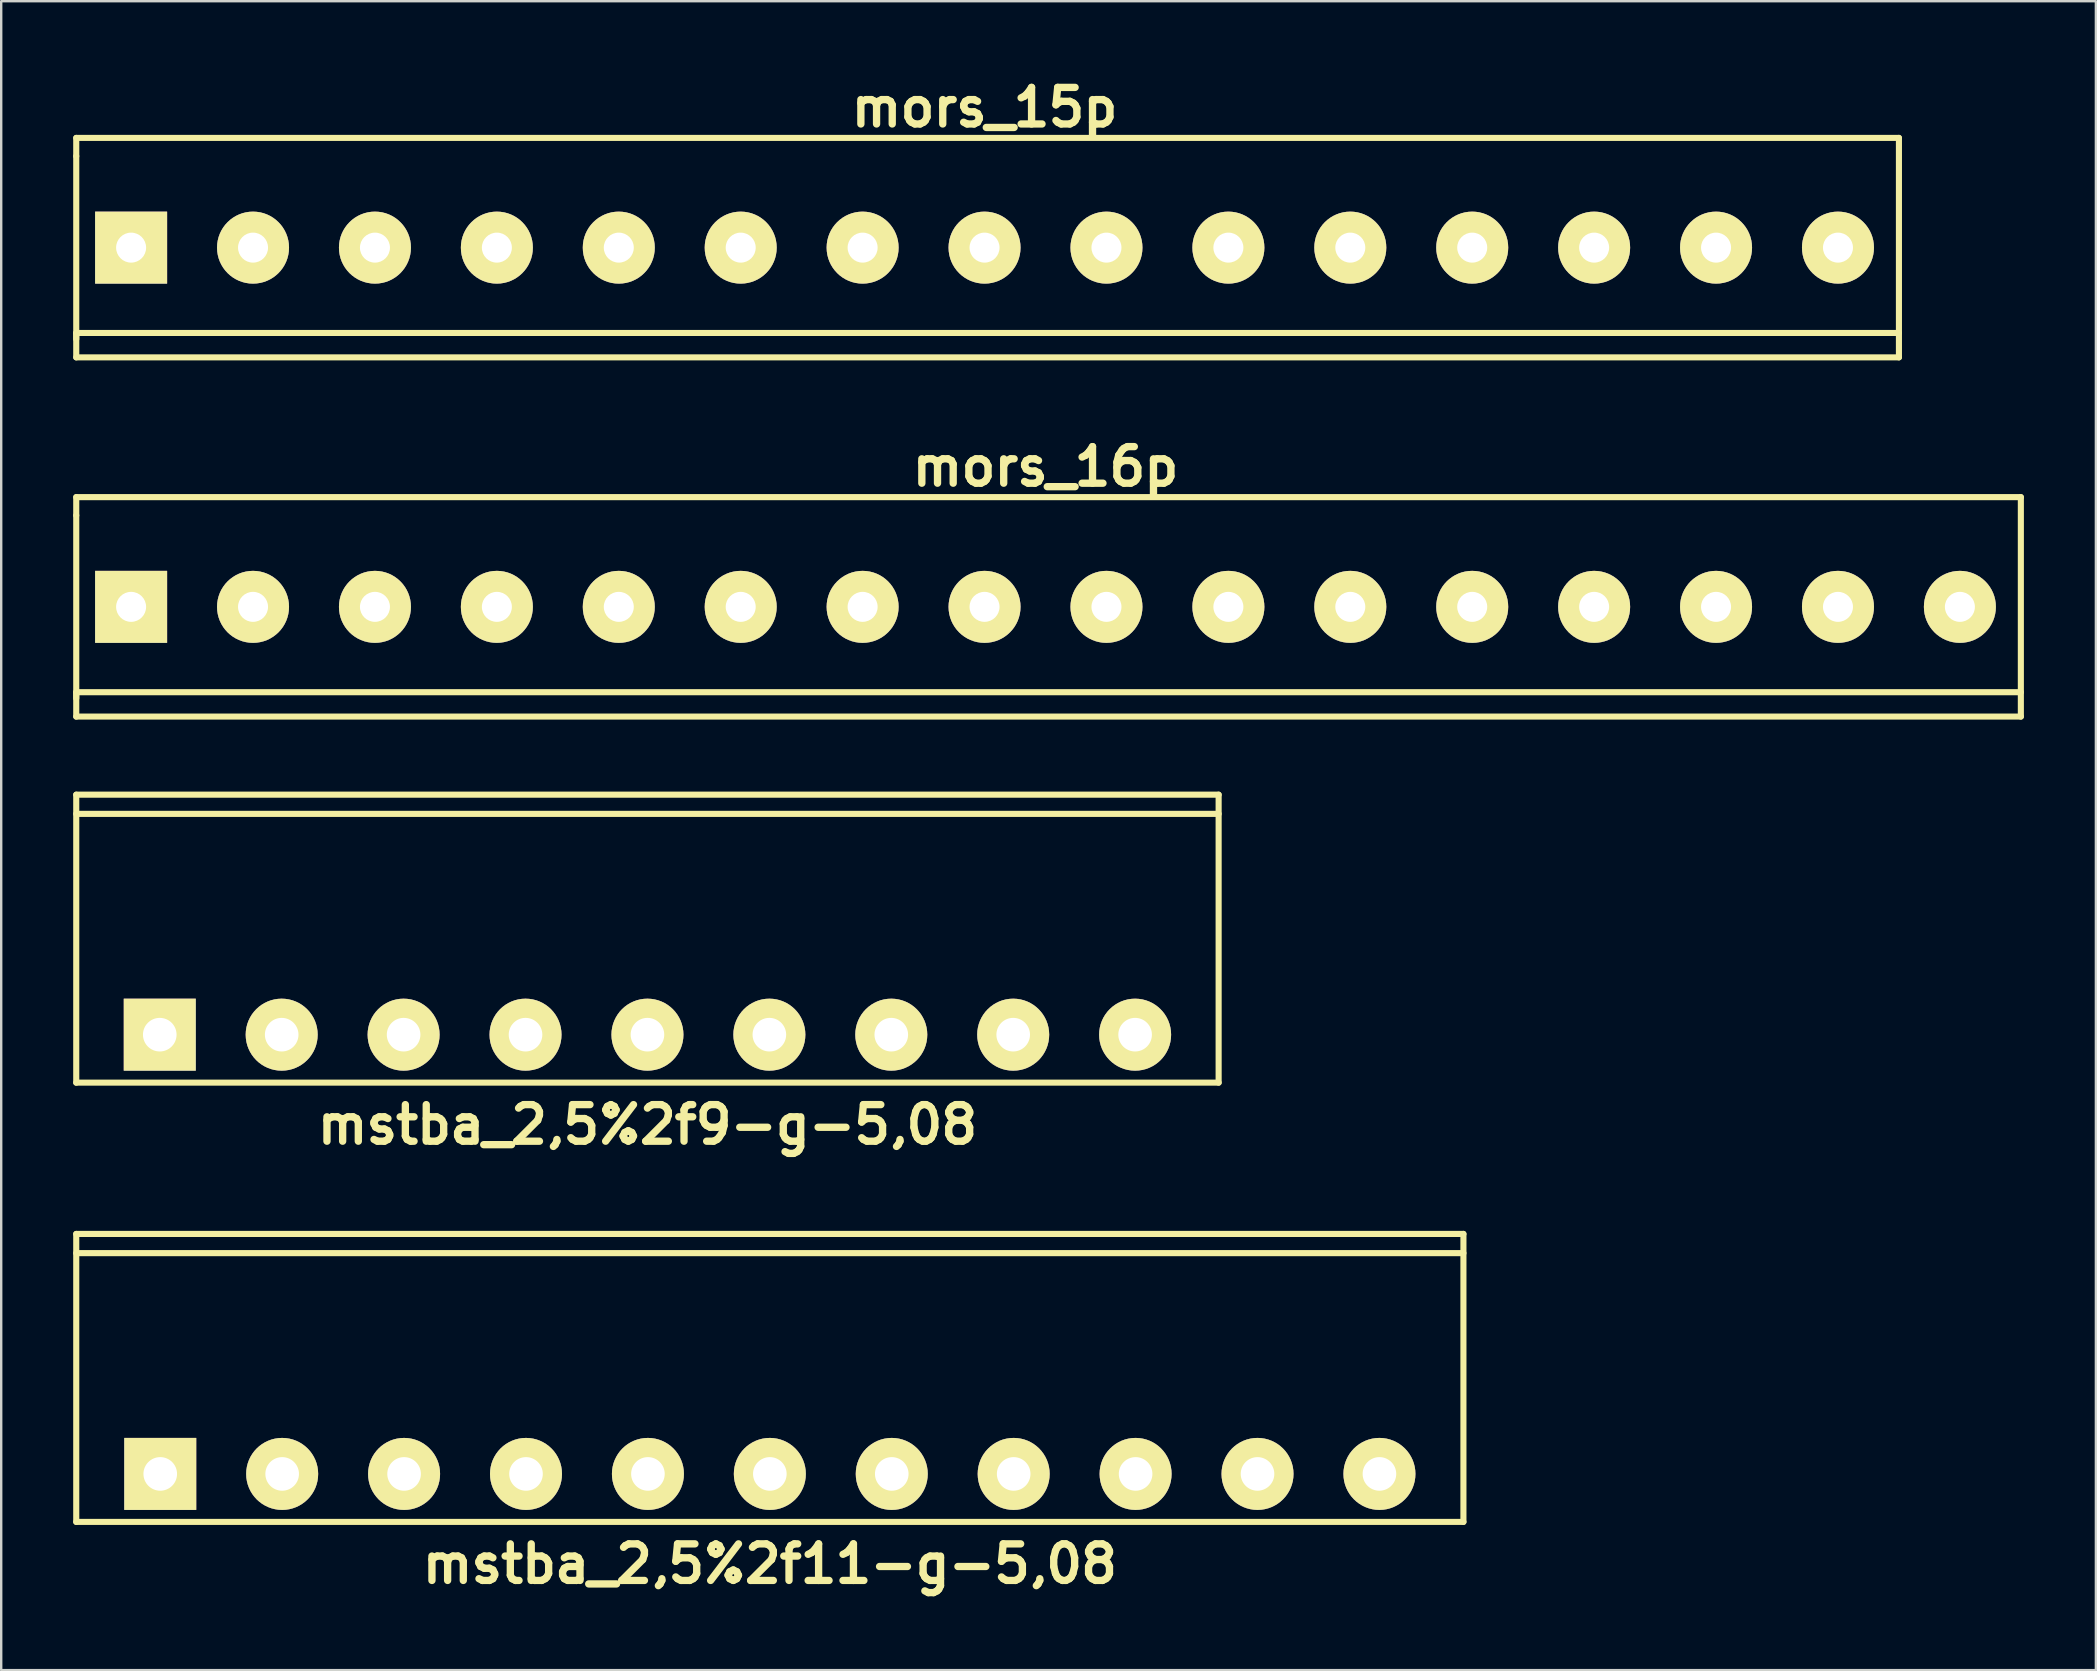
<source format=kicad_pcb>
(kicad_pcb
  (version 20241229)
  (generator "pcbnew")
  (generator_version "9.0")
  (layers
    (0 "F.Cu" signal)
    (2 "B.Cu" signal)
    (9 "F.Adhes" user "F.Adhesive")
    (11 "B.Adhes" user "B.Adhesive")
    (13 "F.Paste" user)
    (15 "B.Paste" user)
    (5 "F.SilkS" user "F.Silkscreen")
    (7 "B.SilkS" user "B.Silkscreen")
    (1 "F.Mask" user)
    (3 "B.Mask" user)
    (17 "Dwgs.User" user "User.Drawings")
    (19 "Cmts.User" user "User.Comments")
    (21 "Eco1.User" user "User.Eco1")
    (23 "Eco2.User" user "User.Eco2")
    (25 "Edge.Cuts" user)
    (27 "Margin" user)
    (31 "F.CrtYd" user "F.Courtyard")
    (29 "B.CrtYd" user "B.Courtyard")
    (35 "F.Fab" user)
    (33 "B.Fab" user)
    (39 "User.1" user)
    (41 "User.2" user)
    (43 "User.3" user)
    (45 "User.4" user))
  (footprint "mstba_2,5%2f11-g-5,08"
    (layer "F.Cu")
    (at 29.027 58.364)
    (property "Reference" "mstba_2,5%2f11-g-5,08" (at 0 3.749 0) (layer "F.SilkS") (effects (font (size 1.524 1.524) (thickness 0.305))))
    (attr through_hole)
    (fp_line (start -28.9 -10) (end 28.9 -10) (stroke (width 0.254) (type solid)) (layer "F.SilkS"))
    (fp_line (start -28.9 -9.2) (end 28.9 -9.2) (stroke (width 0.254) (type solid)) (layer "F.SilkS"))
    (fp_line (start -28.9 1.999) (end -28.9 -10) (stroke (width 0.254) (type solid)) (layer "F.SilkS"))
    (fp_line (start 28.9 -10) (end 28.9 1.999) (stroke (width 0.254) (type solid)) (layer "F.SilkS"))
    (fp_line (start 28.9 1.999) (end -28.9 1.999) (stroke (width 0.254) (type solid)) (layer "F.SilkS"))
    (pad "1" thru_hole rect (at -25.4 0) (size 3 3) (drill 1.4) (layers "*.Cu" "*.Mask" "F.SilkS"))
    (pad "2" thru_hole circle (at -20.32 0) (size 3 3) (drill 1.4) (layers "*.Cu" "*.Mask" "F.SilkS"))
    (pad "3" thru_hole circle (at -15.24 0) (size 3 3) (drill 1.4) (layers "*.Cu" "*.Mask" "F.SilkS"))
    (pad "4" thru_hole circle (at -10.16 0) (size 3 3) (drill 1.4) (layers "*.Cu" "*.Mask" "F.SilkS"))
    (pad "5" thru_hole circle (at -5.08 0) (size 3 3) (drill 1.4) (layers "*.Cu" "*.Mask" "F.SilkS"))
    (pad "6" thru_hole circle (at 0 0) (size 3 3) (drill 1.4) (layers "*.Cu" "*.Mask" "F.SilkS"))
    (pad "7" thru_hole circle (at 5.08 0) (size 3 3) (drill 1.4) (layers "*.Cu" "*.Mask" "F.SilkS"))
    (pad "8" thru_hole circle (at 10.16 0) (size 3 3) (drill 1.4) (layers "*.Cu" "*.Mask" "F.SilkS"))
    (pad "9" thru_hole circle (at 15.24 0) (size 3 3) (drill 1.4) (layers "*.Cu" "*.Mask" "F.SilkS"))
    (pad "10" thru_hole circle (at 20.32 0) (size 3 3) (drill 1.4) (layers "*.Cu" "*.Mask" "F.SilkS"))
    (pad "11" thru_hole circle (at 25.4 0) (size 3 3) (drill 1.4) (layers "*.Cu" "*.Mask" "F.SilkS")))
  (footprint "mors_16p"
    (layer "F.Cu")
    (at 40.513 22.236)
    (property "Reference" "mors_16p" (at 0 -5.842 0) (layer "F.SilkS") (effects (font (size 1.524 1.524) (thickness 0.305))))
    (attr through_hole)
    (fp_line (start -40.386 -4.572) (end -40.386 -3.81) (stroke (width 0.254) (type solid)) (layer "F.SilkS"))
    (fp_line (start -40.386 3.81) (end -40.386 -3.81) (stroke (width 0.254) (type solid)) (layer "F.SilkS"))
    (fp_line (start -40.386 4.572) (end -40.386 3.556) (stroke (width 0.254) (type solid)) (layer "F.SilkS"))
    (fp_line (start -40.386 4.572) (end 40.64 4.572) (stroke (width 0.254) (type solid)) (layer "F.SilkS"))
    (fp_line (start 40.64 -4.572) (end -40.386 -4.572) (stroke (width 0.254) (type solid)) (layer "F.SilkS"))
    (fp_line (start 40.64 -4.572) (end 40.64 4.572) (stroke (width 0.254) (type solid)) (layer "F.SilkS"))
    (fp_line (start 40.64 3.556) (end -40.386 3.556) (stroke (width 0.254) (type solid)) (layer "F.SilkS"))
    (pad "1" thru_hole rect (at -38.1 0) (size 3 3) (drill 1.25) (layers "*.Cu" "*.Mask" "F.SilkS"))
    (pad "2" thru_hole circle (at -33.02 0) (size 3 3) (drill 1.25) (layers "*.Cu" "*.Mask" "F.SilkS"))
    (pad "3" thru_hole circle (at -27.94 0) (size 3 3) (drill 1.25) (layers "*.Cu" "*.Mask" "F.SilkS"))
    (pad "4" thru_hole circle (at -22.86 0) (size 3 3) (drill 1.25) (layers "*.Cu" "*.Mask" "F.SilkS"))
    (pad "5" thru_hole circle (at -17.78 0) (size 3 3) (drill 1.25) (layers "*.Cu" "*.Mask" "F.SilkS"))
    (pad "6" thru_hole circle (at -12.7 0) (size 3 3) (drill 1.25) (layers "*.Cu" "*.Mask" "F.SilkS"))
    (pad "7" thru_hole circle (at -7.62 0) (size 3 3) (drill 1.25) (layers "*.Cu" "*.Mask" "F.SilkS"))
    (pad "8" thru_hole circle (at -2.54 0) (size 3 3) (drill 1.25) (layers "*.Cu" "*.Mask" "F.SilkS"))
    (pad "9" thru_hole circle (at 2.54 0) (size 3 3) (drill 1.25) (layers "*.Cu" "*.Mask" "F.SilkS"))
    (pad "10" thru_hole circle (at 7.62 0) (size 3 3) (drill 1.25) (layers "*.Cu" "*.Mask" "F.SilkS"))
    (pad "11" thru_hole circle (at 12.7 0) (size 3 3) (drill 1.25) (layers "*.Cu" "*.Mask" "F.SilkS"))
    (pad "12" thru_hole circle (at 17.78 0) (size 3 3) (drill 1.25) (layers "*.Cu" "*.Mask" "F.SilkS"))
    (pad "13" thru_hole circle (at 22.86 0) (size 3 3) (drill 1.25) (layers "*.Cu" "*.Mask" "F.SilkS"))
    (pad "14" thru_hole circle (at 27.94 0) (size 3 3) (drill 1.25) (layers "*.Cu" "*.Mask" "F.SilkS"))
    (pad "15" thru_hole circle (at 33.02 0) (size 3 3) (drill 1.25) (layers "*.Cu" "*.Mask" "F.SilkS"))
    (pad "16" thru_hole circle (at 38.1 0) (size 3 3) (drill 1.25) (layers "*.Cu" "*.Mask" "F.SilkS")))
  (footprint "mstba_2,5%2f9-g-5,08"
    (layer "F.Cu")
    (at 23.927 40.062)
    (property "Reference" "mstba_2,5%2f9-g-5,08" (at 0 3.749 0) (layer "F.SilkS") (effects (font (size 1.524 1.524) (thickness 0.305))))
    (attr through_hole)
    (fp_line (start -23.8 -10) (end -23.8 1.999) (stroke (width 0.254) (type solid)) (layer "F.SilkS"))
    (fp_line (start -23.8 -9.2) (end 23.8 -9.2) (stroke (width 0.254) (type solid)) (layer "F.SilkS"))
    (fp_line (start -23.8 1.999) (end 23.8 1.999) (stroke (width 0.254) (type solid)) (layer "F.SilkS"))
    (fp_line (start 23.8 -10) (end -23.8 -10) (stroke (width 0.254) (type solid)) (layer "F.SilkS"))
    (fp_line (start 23.8 1.999) (end 23.8 -10) (stroke (width 0.254) (type solid)) (layer "F.SilkS"))
    (pad "1" thru_hole rect (at -20.32 0) (size 3 3) (drill 1.4) (layers "*.Cu" "*.Mask" "F.SilkS"))
    (pad "2" thru_hole circle (at -15.24 0) (size 3 3) (drill 1.4) (layers "*.Cu" "*.Mask" "F.SilkS"))
    (pad "3" thru_hole circle (at -10.16 0) (size 3 3) (drill 1.4) (layers "*.Cu" "*.Mask" "F.SilkS"))
    (pad "4" thru_hole circle (at -5.08 0) (size 3 3) (drill 1.4) (layers "*.Cu" "*.Mask" "F.SilkS"))
    (pad "5" thru_hole circle (at 0 0) (size 3 3) (drill 1.4) (layers "*.Cu" "*.Mask" "F.SilkS"))
    (pad "6" thru_hole circle (at 5.08 0) (size 3 3) (drill 1.4) (layers "*.Cu" "*.Mask" "F.SilkS"))
    (pad "7" thru_hole circle (at 10.16 0) (size 3 3) (drill 1.4) (layers "*.Cu" "*.Mask" "F.SilkS"))
    (pad "8" thru_hole circle (at 15.24 0) (size 3 3) (drill 1.4) (layers "*.Cu" "*.Mask" "F.SilkS"))
    (pad "9" thru_hole circle (at 20.32 0) (size 3 3) (drill 1.4) (layers "*.Cu" "*.Mask" "F.SilkS")))
  (footprint "mors_15p"
    (layer "F.Cu")
    (at 37.973 7.268)
    (property "Reference" "mors_15p" (at 0 -5.842 0) (layer "F.SilkS") (effects (font (size 1.524 1.524) (thickness 0.305))))
    (attr through_hole)
    (fp_line (start -37.846 -4.572) (end -37.846 -3.81) (stroke (width 0.254) (type solid)) (layer "F.SilkS"))
    (fp_line (start -37.846 3.81) (end -37.846 -3.81) (stroke (width 0.254) (type solid)) (layer "F.SilkS"))
    (fp_line (start -37.846 4.572) (end -37.846 3.556) (stroke (width 0.254) (type solid)) (layer "F.SilkS"))
    (fp_line (start -37.846 4.572) (end 38.1 4.572) (stroke (width 0.254) (type solid)) (layer "F.SilkS"))
    (fp_line (start 38.1 -4.572) (end -37.846 -4.572) (stroke (width 0.254) (type solid)) (layer "F.SilkS"))
    (fp_line (start 38.1 -4.572) (end 38.1 4.572) (stroke (width 0.254) (type solid)) (layer "F.SilkS"))
    (fp_line (start 38.1 3.556) (end -37.846 3.556) (stroke (width 0.254) (type solid)) (layer "F.SilkS"))
    (pad "1" thru_hole rect (at -35.56 0) (size 3 3) (drill 1.25) (layers "*.Cu" "*.Mask" "F.SilkS"))
    (pad "2" thru_hole circle (at -30.48 0) (size 3 3) (drill 1.25) (layers "*.Cu" "*.Mask" "F.SilkS"))
    (pad "3" thru_hole circle (at -25.4 0) (size 3 3) (drill 1.25) (layers "*.Cu" "*.Mask" "F.SilkS"))
    (pad "4" thru_hole circle (at -20.32 0) (size 3 3) (drill 1.25) (layers "*.Cu" "*.Mask" "F.SilkS"))
    (pad "5" thru_hole circle (at -15.24 0) (size 3 3) (drill 1.25) (layers "*.Cu" "*.Mask" "F.SilkS"))
    (pad "6" thru_hole circle (at -10.16 0) (size 3 3) (drill 1.25) (layers "*.Cu" "*.Mask" "F.SilkS"))
    (pad "7" thru_hole circle (at -5.08 0) (size 3 3) (drill 1.25) (layers "*.Cu" "*.Mask" "F.SilkS"))
    (pad "8" thru_hole circle (at 0 0) (size 3 3) (drill 1.25) (layers "*.Cu" "*.Mask" "F.SilkS"))
    (pad "9" thru_hole circle (at 5.08 0) (size 3 3) (drill 1.25) (layers "*.Cu" "*.Mask" "F.SilkS"))
    (pad "10" thru_hole circle (at 10.16 0) (size 3 3) (drill 1.25) (layers "*.Cu" "*.Mask" "F.SilkS"))
    (pad "11" thru_hole circle (at 15.24 0) (size 3 3) (drill 1.25) (layers "*.Cu" "*.Mask" "F.SilkS"))
    (pad "12" thru_hole circle (at 20.32 0) (size 3 3) (drill 1.25) (layers "*.Cu" "*.Mask" "F.SilkS"))
    (pad "13" thru_hole circle (at 25.4 0) (size 3 3) (drill 1.25) (layers "*.Cu" "*.Mask" "F.SilkS"))
    (pad "14" thru_hole circle (at 30.48 0) (size 3 3) (drill 1.25) (layers "*.Cu" "*.Mask" "F.SilkS"))
    (pad "15" thru_hole circle (at 35.56 0) (size 3 3) (drill 1.25) (layers "*.Cu" "*.Mask" "F.SilkS")))
  (gr_rect
    (start -3 -3)
    (end 84.28 66.54)
    (stroke (width 0.1) (type default))
    (fill no)
    (layer "Edge.Cuts")))
</source>
